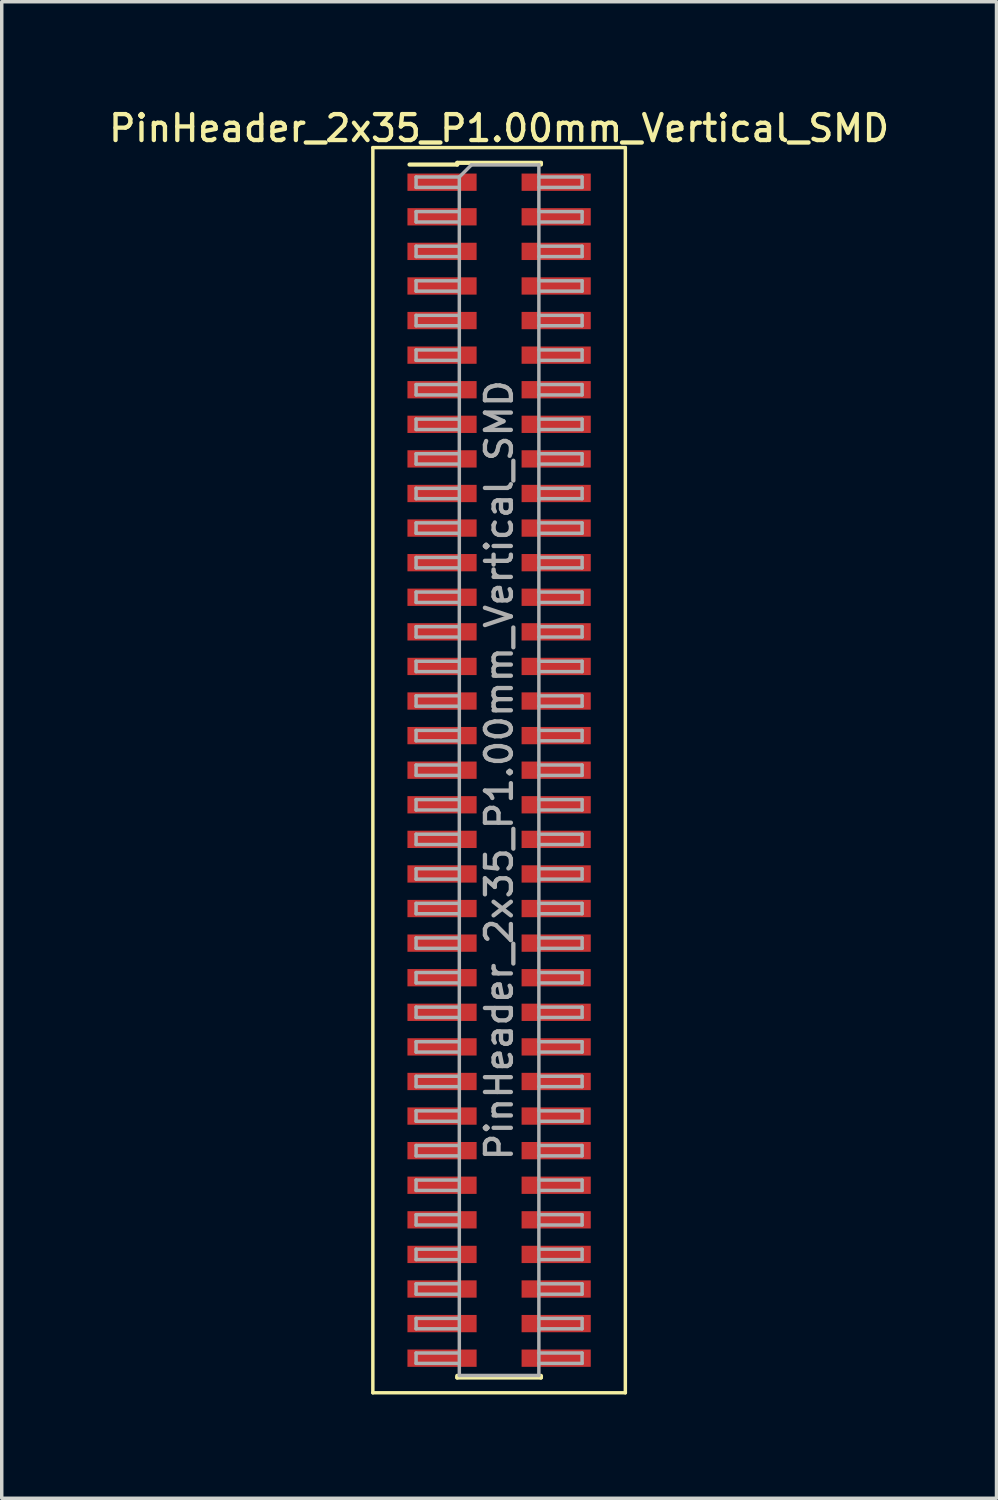
<source format=kicad_pcb>
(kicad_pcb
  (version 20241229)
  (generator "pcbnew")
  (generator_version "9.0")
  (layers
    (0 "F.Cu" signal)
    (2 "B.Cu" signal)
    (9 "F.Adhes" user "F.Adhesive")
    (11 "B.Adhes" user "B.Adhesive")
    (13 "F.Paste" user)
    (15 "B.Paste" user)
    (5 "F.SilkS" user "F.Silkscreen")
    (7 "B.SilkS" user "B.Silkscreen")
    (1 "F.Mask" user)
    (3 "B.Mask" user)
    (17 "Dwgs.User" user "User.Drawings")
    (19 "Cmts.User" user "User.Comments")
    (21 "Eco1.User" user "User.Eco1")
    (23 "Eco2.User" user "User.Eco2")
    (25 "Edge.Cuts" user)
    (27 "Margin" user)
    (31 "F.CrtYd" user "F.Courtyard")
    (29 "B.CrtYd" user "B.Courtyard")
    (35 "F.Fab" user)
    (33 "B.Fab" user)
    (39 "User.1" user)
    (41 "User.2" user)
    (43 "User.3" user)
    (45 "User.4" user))
  (footprint "PinHeader_2x35_P1.00mm_Vertical_SMD"
    (layer "F.Cu")
    (at 11.38 19.218)
    (property "Reference" "PinHeader_2x35_P1.00mm_Vertical_SMD" (at 0 -18.56 0) (layer "F.SilkS") (effects (font (size 0.75 0.75) (thickness 0.125))))
    (attr smd)
    (fp_line (start -3.65 -18) (end -3.65 18) (stroke (width 0.1) (type solid)) (layer "F.SilkS"))
    (fp_line (start -3.65 18) (end 3.65 18) (stroke (width 0.1) (type solid)) (layer "F.SilkS"))
    (fp_line (start -2.59 -17.51) (end -1.21 -17.51) (stroke (width 0.12) (type solid)) (layer "F.SilkS"))
    (fp_line (start -1.21 -17.56) (end -1.21 -17.51) (stroke (width 0.12) (type solid)) (layer "F.SilkS"))
    (fp_line (start -1.21 -17.56) (end 1.21 -17.56) (stroke (width 0.12) (type solid)) (layer "F.SilkS"))
    (fp_line (start -1.21 17.51) (end -1.21 17.56) (stroke (width 0.12) (type solid)) (layer "F.SilkS"))
    (fp_line (start -1.21 17.56) (end 1.21 17.56) (stroke (width 0.12) (type solid)) (layer "F.SilkS"))
    (fp_line (start 1.21 -17.56) (end 1.21 -17.51) (stroke (width 0.12) (type solid)) (layer "F.SilkS"))
    (fp_line (start 1.21 17.51) (end 1.21 17.56) (stroke (width 0.12) (type solid)) (layer "F.SilkS"))
    (fp_line (start 3.65 -18) (end -3.65 -18) (stroke (width 0.1) (type solid)) (layer "F.SilkS"))
    (fp_line (start 3.65 18) (end 3.65 -18) (stroke (width 0.1) (type solid)) (layer "F.SilkS"))
    (fp_line (start -2.4 -17.15) (end -2.4 -16.85) (stroke (width 0.1) (type solid)) (layer "F.Fab"))
    (fp_line (start -2.4 -16.85) (end -1.15 -16.85) (stroke (width 0.1) (type solid)) (layer "F.Fab"))
    (fp_line (start -2.4 -16.15) (end -2.4 -15.85) (stroke (width 0.1) (type solid)) (layer "F.Fab"))
    (fp_line (start -2.4 -15.85) (end -1.15 -15.85) (stroke (width 0.1) (type solid)) (layer "F.Fab"))
    (fp_line (start -2.4 -15.15) (end -2.4 -14.85) (stroke (width 0.1) (type solid)) (layer "F.Fab"))
    (fp_line (start -2.4 -14.85) (end -1.15 -14.85) (stroke (width 0.1) (type solid)) (layer "F.Fab"))
    (fp_line (start -2.4 -14.15) (end -2.4 -13.85) (stroke (width 0.1) (type solid)) (layer "F.Fab"))
    (fp_line (start -2.4 -13.85) (end -1.15 -13.85) (stroke (width 0.1) (type solid)) (layer "F.Fab"))
    (fp_line (start -2.4 -13.15) (end -2.4 -12.85) (stroke (width 0.1) (type solid)) (layer "F.Fab"))
    (fp_line (start -2.4 -12.85) (end -1.15 -12.85) (stroke (width 0.1) (type solid)) (layer "F.Fab"))
    (fp_line (start -2.4 -12.15) (end -2.4 -11.85) (stroke (width 0.1) (type solid)) (layer "F.Fab"))
    (fp_line (start -2.4 -11.85) (end -1.15 -11.85) (stroke (width 0.1) (type solid)) (layer "F.Fab"))
    (fp_line (start -2.4 -11.15) (end -2.4 -10.85) (stroke (width 0.1) (type solid)) (layer "F.Fab"))
    (fp_line (start -2.4 -10.85) (end -1.15 -10.85) (stroke (width 0.1) (type solid)) (layer "F.Fab"))
    (fp_line (start -2.4 -10.15) (end -2.4 -9.85) (stroke (width 0.1) (type solid)) (layer "F.Fab"))
    (fp_line (start -2.4 -9.85) (end -1.15 -9.85) (stroke (width 0.1) (type solid)) (layer "F.Fab"))
    (fp_line (start -2.4 -9.15) (end -2.4 -8.85) (stroke (width 0.1) (type solid)) (layer "F.Fab"))
    (fp_line (start -2.4 -8.85) (end -1.15 -8.85) (stroke (width 0.1) (type solid)) (layer "F.Fab"))
    (fp_line (start -2.4 -8.15) (end -2.4 -7.85) (stroke (width 0.1) (type solid)) (layer "F.Fab"))
    (fp_line (start -2.4 -7.85) (end -1.15 -7.85) (stroke (width 0.1) (type solid)) (layer "F.Fab"))
    (fp_line (start -2.4 -7.15) (end -2.4 -6.85) (stroke (width 0.1) (type solid)) (layer "F.Fab"))
    (fp_line (start -2.4 -6.85) (end -1.15 -6.85) (stroke (width 0.1) (type solid)) (layer "F.Fab"))
    (fp_line (start -2.4 -6.15) (end -2.4 -5.85) (stroke (width 0.1) (type solid)) (layer "F.Fab"))
    (fp_line (start -2.4 -5.85) (end -1.15 -5.85) (stroke (width 0.1) (type solid)) (layer "F.Fab"))
    (fp_line (start -2.4 -5.15) (end -2.4 -4.85) (stroke (width 0.1) (type solid)) (layer "F.Fab"))
    (fp_line (start -2.4 -4.85) (end -1.15 -4.85) (stroke (width 0.1) (type solid)) (layer "F.Fab"))
    (fp_line (start -2.4 -4.15) (end -2.4 -3.85) (stroke (width 0.1) (type solid)) (layer "F.Fab"))
    (fp_line (start -2.4 -3.85) (end -1.15 -3.85) (stroke (width 0.1) (type solid)) (layer "F.Fab"))
    (fp_line (start -2.4 -3.15) (end -2.4 -2.85) (stroke (width 0.1) (type solid)) (layer "F.Fab"))
    (fp_line (start -2.4 -2.85) (end -1.15 -2.85) (stroke (width 0.1) (type solid)) (layer "F.Fab"))
    (fp_line (start -2.4 -2.15) (end -2.4 -1.85) (stroke (width 0.1) (type solid)) (layer "F.Fab"))
    (fp_line (start -2.4 -1.85) (end -1.15 -1.85) (stroke (width 0.1) (type solid)) (layer "F.Fab"))
    (fp_line (start -2.4 -1.15) (end -2.4 -0.85) (stroke (width 0.1) (type solid)) (layer "F.Fab"))
    (fp_line (start -2.4 -0.85) (end -1.15 -0.85) (stroke (width 0.1) (type solid)) (layer "F.Fab"))
    (fp_line (start -2.4 -0.15) (end -2.4 0.15) (stroke (width 0.1) (type solid)) (layer "F.Fab"))
    (fp_line (start -2.4 0.15) (end -1.15 0.15) (stroke (width 0.1) (type solid)) (layer "F.Fab"))
    (fp_line (start -2.4 0.85) (end -2.4 1.15) (stroke (width 0.1) (type solid)) (layer "F.Fab"))
    (fp_line (start -2.4 1.15) (end -1.15 1.15) (stroke (width 0.1) (type solid)) (layer "F.Fab"))
    (fp_line (start -2.4 1.85) (end -2.4 2.15) (stroke (width 0.1) (type solid)) (layer "F.Fab"))
    (fp_line (start -2.4 2.15) (end -1.15 2.15) (stroke (width 0.1) (type solid)) (layer "F.Fab"))
    (fp_line (start -2.4 2.85) (end -2.4 3.15) (stroke (width 0.1) (type solid)) (layer "F.Fab"))
    (fp_line (start -2.4 3.15) (end -1.15 3.15) (stroke (width 0.1) (type solid)) (layer "F.Fab"))
    (fp_line (start -2.4 3.85) (end -2.4 4.15) (stroke (width 0.1) (type solid)) (layer "F.Fab"))
    (fp_line (start -2.4 4.15) (end -1.15 4.15) (stroke (width 0.1) (type solid)) (layer "F.Fab"))
    (fp_line (start -2.4 4.85) (end -2.4 5.15) (stroke (width 0.1) (type solid)) (layer "F.Fab"))
    (fp_line (start -2.4 5.15) (end -1.15 5.15) (stroke (width 0.1) (type solid)) (layer "F.Fab"))
    (fp_line (start -2.4 5.85) (end -2.4 6.15) (stroke (width 0.1) (type solid)) (layer "F.Fab"))
    (fp_line (start -2.4 6.15) (end -1.15 6.15) (stroke (width 0.1) (type solid)) (layer "F.Fab"))
    (fp_line (start -2.4 6.85) (end -2.4 7.15) (stroke (width 0.1) (type solid)) (layer "F.Fab"))
    (fp_line (start -2.4 7.15) (end -1.15 7.15) (stroke (width 0.1) (type solid)) (layer "F.Fab"))
    (fp_line (start -2.4 7.85) (end -2.4 8.15) (stroke (width 0.1) (type solid)) (layer "F.Fab"))
    (fp_line (start -2.4 8.15) (end -1.15 8.15) (stroke (width 0.1) (type solid)) (layer "F.Fab"))
    (fp_line (start -2.4 8.85) (end -2.4 9.15) (stroke (width 0.1) (type solid)) (layer "F.Fab"))
    (fp_line (start -2.4 9.15) (end -1.15 9.15) (stroke (width 0.1) (type solid)) (layer "F.Fab"))
    (fp_line (start -2.4 9.85) (end -2.4 10.15) (stroke (width 0.1) (type solid)) (layer "F.Fab"))
    (fp_line (start -2.4 10.15) (end -1.15 10.15) (stroke (width 0.1) (type solid)) (layer "F.Fab"))
    (fp_line (start -2.4 10.85) (end -2.4 11.15) (stroke (width 0.1) (type solid)) (layer "F.Fab"))
    (fp_line (start -2.4 11.15) (end -1.15 11.15) (stroke (width 0.1) (type solid)) (layer "F.Fab"))
    (fp_line (start -2.4 11.85) (end -2.4 12.15) (stroke (width 0.1) (type solid)) (layer "F.Fab"))
    (fp_line (start -2.4 12.15) (end -1.15 12.15) (stroke (width 0.1) (type solid)) (layer "F.Fab"))
    (fp_line (start -2.4 12.85) (end -2.4 13.15) (stroke (width 0.1) (type solid)) (layer "F.Fab"))
    (fp_line (start -2.4 13.15) (end -1.15 13.15) (stroke (width 0.1) (type solid)) (layer "F.Fab"))
    (fp_line (start -2.4 13.85) (end -2.4 14.15) (stroke (width 0.1) (type solid)) (layer "F.Fab"))
    (fp_line (start -2.4 14.15) (end -1.15 14.15) (stroke (width 0.1) (type solid)) (layer "F.Fab"))
    (fp_line (start -2.4 14.85) (end -2.4 15.15) (stroke (width 0.1) (type solid)) (layer "F.Fab"))
    (fp_line (start -2.4 15.15) (end -1.15 15.15) (stroke (width 0.1) (type solid)) (layer "F.Fab"))
    (fp_line (start -2.4 15.85) (end -2.4 16.15) (stroke (width 0.1) (type solid)) (layer "F.Fab"))
    (fp_line (start -2.4 16.15) (end -1.15 16.15) (stroke (width 0.1) (type solid)) (layer "F.Fab"))
    (fp_line (start -2.4 16.85) (end -2.4 17.15) (stroke (width 0.1) (type solid)) (layer "F.Fab"))
    (fp_line (start -2.4 17.15) (end -1.15 17.15) (stroke (width 0.1) (type solid)) (layer "F.Fab"))
    (fp_line (start -1.15 -17.15) (end -2.4 -17.15) (stroke (width 0.1) (type solid)) (layer "F.Fab"))
    (fp_line (start -1.15 -17.15) (end -0.8 -17.5) (stroke (width 0.1) (type solid)) (layer "F.Fab"))
    (fp_line (start -1.15 -16.15) (end -2.4 -16.15) (stroke (width 0.1) (type solid)) (layer "F.Fab"))
    (fp_line (start -1.15 -15.15) (end -2.4 -15.15) (stroke (width 0.1) (type solid)) (layer "F.Fab"))
    (fp_line (start -1.15 -14.15) (end -2.4 -14.15) (stroke (width 0.1) (type solid)) (layer "F.Fab"))
    (fp_line (start -1.15 -13.15) (end -2.4 -13.15) (stroke (width 0.1) (type solid)) (layer "F.Fab"))
    (fp_line (start -1.15 -12.15) (end -2.4 -12.15) (stroke (width 0.1) (type solid)) (layer "F.Fab"))
    (fp_line (start -1.15 -11.15) (end -2.4 -11.15) (stroke (width 0.1) (type solid)) (layer "F.Fab"))
    (fp_line (start -1.15 -10.15) (end -2.4 -10.15) (stroke (width 0.1) (type solid)) (layer "F.Fab"))
    (fp_line (start -1.15 -9.15) (end -2.4 -9.15) (stroke (width 0.1) (type solid)) (layer "F.Fab"))
    (fp_line (start -1.15 -8.15) (end -2.4 -8.15) (stroke (width 0.1) (type solid)) (layer "F.Fab"))
    (fp_line (start -1.15 -7.15) (end -2.4 -7.15) (stroke (width 0.1) (type solid)) (layer "F.Fab"))
    (fp_line (start -1.15 -6.15) (end -2.4 -6.15) (stroke (width 0.1) (type solid)) (layer "F.Fab"))
    (fp_line (start -1.15 -5.15) (end -2.4 -5.15) (stroke (width 0.1) (type solid)) (layer "F.Fab"))
    (fp_line (start -1.15 -4.15) (end -2.4 -4.15) (stroke (width 0.1) (type solid)) (layer "F.Fab"))
    (fp_line (start -1.15 -3.15) (end -2.4 -3.15) (stroke (width 0.1) (type solid)) (layer "F.Fab"))
    (fp_line (start -1.15 -2.15) (end -2.4 -2.15) (stroke (width 0.1) (type solid)) (layer "F.Fab"))
    (fp_line (start -1.15 -1.15) (end -2.4 -1.15) (stroke (width 0.1) (type solid)) (layer "F.Fab"))
    (fp_line (start -1.15 -0.15) (end -2.4 -0.15) (stroke (width 0.1) (type solid)) (layer "F.Fab"))
    (fp_line (start -1.15 0.85) (end -2.4 0.85) (stroke (width 0.1) (type solid)) (layer "F.Fab"))
    (fp_line (start -1.15 1.85) (end -2.4 1.85) (stroke (width 0.1) (type solid)) (layer "F.Fab"))
    (fp_line (start -1.15 2.85) (end -2.4 2.85) (stroke (width 0.1) (type solid)) (layer "F.Fab"))
    (fp_line (start -1.15 3.85) (end -2.4 3.85) (stroke (width 0.1) (type solid)) (layer "F.Fab"))
    (fp_line (start -1.15 4.85) (end -2.4 4.85) (stroke (width 0.1) (type solid)) (layer "F.Fab"))
    (fp_line (start -1.15 5.85) (end -2.4 5.85) (stroke (width 0.1) (type solid)) (layer "F.Fab"))
    (fp_line (start -1.15 6.85) (end -2.4 6.85) (stroke (width 0.1) (type solid)) (layer "F.Fab"))
    (fp_line (start -1.15 7.85) (end -2.4 7.85) (stroke (width 0.1) (type solid)) (layer "F.Fab"))
    (fp_line (start -1.15 8.85) (end -2.4 8.85) (stroke (width 0.1) (type solid)) (layer "F.Fab"))
    (fp_line (start -1.15 9.85) (end -2.4 9.85) (stroke (width 0.1) (type solid)) (layer "F.Fab"))
    (fp_line (start -1.15 10.85) (end -2.4 10.85) (stroke (width 0.1) (type solid)) (layer "F.Fab"))
    (fp_line (start -1.15 11.85) (end -2.4 11.85) (stroke (width 0.1) (type solid)) (layer "F.Fab"))
    (fp_line (start -1.15 12.85) (end -2.4 12.85) (stroke (width 0.1) (type solid)) (layer "F.Fab"))
    (fp_line (start -1.15 13.85) (end -2.4 13.85) (stroke (width 0.1) (type solid)) (layer "F.Fab"))
    (fp_line (start -1.15 14.85) (end -2.4 14.85) (stroke (width 0.1) (type solid)) (layer "F.Fab"))
    (fp_line (start -1.15 15.85) (end -2.4 15.85) (stroke (width 0.1) (type solid)) (layer "F.Fab"))
    (fp_line (start -1.15 16.85) (end -2.4 16.85) (stroke (width 0.1) (type solid)) (layer "F.Fab"))
    (fp_line (start -1.15 17.5) (end -1.15 -17.15) (stroke (width 0.1) (type solid)) (layer "F.Fab"))
    (fp_line (start -0.8 -17.5) (end 1.15 -17.5) (stroke (width 0.1) (type solid)) (layer "F.Fab"))
    (fp_line (start 1.15 -17.5) (end 1.15 17.5) (stroke (width 0.1) (type solid)) (layer "F.Fab"))
    (fp_line (start 1.15 -17.15) (end 2.4 -17.15) (stroke (width 0.1) (type solid)) (layer "F.Fab"))
    (fp_line (start 1.15 -16.15) (end 2.4 -16.15) (stroke (width 0.1) (type solid)) (layer "F.Fab"))
    (fp_line (start 1.15 -15.15) (end 2.4 -15.15) (stroke (width 0.1) (type solid)) (layer "F.Fab"))
    (fp_line (start 1.15 -14.15) (end 2.4 -14.15) (stroke (width 0.1) (type solid)) (layer "F.Fab"))
    (fp_line (start 1.15 -13.15) (end 2.4 -13.15) (stroke (width 0.1) (type solid)) (layer "F.Fab"))
    (fp_line (start 1.15 -12.15) (end 2.4 -12.15) (stroke (width 0.1) (type solid)) (layer "F.Fab"))
    (fp_line (start 1.15 -11.15) (end 2.4 -11.15) (stroke (width 0.1) (type solid)) (layer "F.Fab"))
    (fp_line (start 1.15 -10.15) (end 2.4 -10.15) (stroke (width 0.1) (type solid)) (layer "F.Fab"))
    (fp_line (start 1.15 -9.15) (end 2.4 -9.15) (stroke (width 0.1) (type solid)) (layer "F.Fab"))
    (fp_line (start 1.15 -8.15) (end 2.4 -8.15) (stroke (width 0.1) (type solid)) (layer "F.Fab"))
    (fp_line (start 1.15 -7.15) (end 2.4 -7.15) (stroke (width 0.1) (type solid)) (layer "F.Fab"))
    (fp_line (start 1.15 -6.15) (end 2.4 -6.15) (stroke (width 0.1) (type solid)) (layer "F.Fab"))
    (fp_line (start 1.15 -5.15) (end 2.4 -5.15) (stroke (width 0.1) (type solid)) (layer "F.Fab"))
    (fp_line (start 1.15 -4.15) (end 2.4 -4.15) (stroke (width 0.1) (type solid)) (layer "F.Fab"))
    (fp_line (start 1.15 -3.15) (end 2.4 -3.15) (stroke (width 0.1) (type solid)) (layer "F.Fab"))
    (fp_line (start 1.15 -2.15) (end 2.4 -2.15) (stroke (width 0.1) (type solid)) (layer "F.Fab"))
    (fp_line (start 1.15 -1.15) (end 2.4 -1.15) (stroke (width 0.1) (type solid)) (layer "F.Fab"))
    (fp_line (start 1.15 -0.15) (end 2.4 -0.15) (stroke (width 0.1) (type solid)) (layer "F.Fab"))
    (fp_line (start 1.15 0.85) (end 2.4 0.85) (stroke (width 0.1) (type solid)) (layer "F.Fab"))
    (fp_line (start 1.15 1.85) (end 2.4 1.85) (stroke (width 0.1) (type solid)) (layer "F.Fab"))
    (fp_line (start 1.15 2.85) (end 2.4 2.85) (stroke (width 0.1) (type solid)) (layer "F.Fab"))
    (fp_line (start 1.15 3.85) (end 2.4 3.85) (stroke (width 0.1) (type solid)) (layer "F.Fab"))
    (fp_line (start 1.15 4.85) (end 2.4 4.85) (stroke (width 0.1) (type solid)) (layer "F.Fab"))
    (fp_line (start 1.15 5.85) (end 2.4 5.85) (stroke (width 0.1) (type solid)) (layer "F.Fab"))
    (fp_line (start 1.15 6.85) (end 2.4 6.85) (stroke (width 0.1) (type solid)) (layer "F.Fab"))
    (fp_line (start 1.15 7.85) (end 2.4 7.85) (stroke (width 0.1) (type solid)) (layer "F.Fab"))
    (fp_line (start 1.15 8.85) (end 2.4 8.85) (stroke (width 0.1) (type solid)) (layer "F.Fab"))
    (fp_line (start 1.15 9.85) (end 2.4 9.85) (stroke (width 0.1) (type solid)) (layer "F.Fab"))
    (fp_line (start 1.15 10.85) (end 2.4 10.85) (stroke (width 0.1) (type solid)) (layer "F.Fab"))
    (fp_line (start 1.15 11.85) (end 2.4 11.85) (stroke (width 0.1) (type solid)) (layer "F.Fab"))
    (fp_line (start 1.15 12.85) (end 2.4 12.85) (stroke (width 0.1) (type solid)) (layer "F.Fab"))
    (fp_line (start 1.15 13.85) (end 2.4 13.85) (stroke (width 0.1) (type solid)) (layer "F.Fab"))
    (fp_line (start 1.15 14.85) (end 2.4 14.85) (stroke (width 0.1) (type solid)) (layer "F.Fab"))
    (fp_line (start 1.15 15.85) (end 2.4 15.85) (stroke (width 0.1) (type solid)) (layer "F.Fab"))
    (fp_line (start 1.15 16.85) (end 2.4 16.85) (stroke (width 0.1) (type solid)) (layer "F.Fab"))
    (fp_line (start 1.15 17.5) (end -1.15 17.5) (stroke (width 0.1) (type solid)) (layer "F.Fab"))
    (fp_line (start 2.4 -17.15) (end 2.4 -16.85) (stroke (width 0.1) (type solid)) (layer "F.Fab"))
    (fp_line (start 2.4 -16.85) (end 1.15 -16.85) (stroke (width 0.1) (type solid)) (layer "F.Fab"))
    (fp_line (start 2.4 -16.15) (end 2.4 -15.85) (stroke (width 0.1) (type solid)) (layer "F.Fab"))
    (fp_line (start 2.4 -15.85) (end 1.15 -15.85) (stroke (width 0.1) (type solid)) (layer "F.Fab"))
    (fp_line (start 2.4 -15.15) (end 2.4 -14.85) (stroke (width 0.1) (type solid)) (layer "F.Fab"))
    (fp_line (start 2.4 -14.85) (end 1.15 -14.85) (stroke (width 0.1) (type solid)) (layer "F.Fab"))
    (fp_line (start 2.4 -14.15) (end 2.4 -13.85) (stroke (width 0.1) (type solid)) (layer "F.Fab"))
    (fp_line (start 2.4 -13.85) (end 1.15 -13.85) (stroke (width 0.1) (type solid)) (layer "F.Fab"))
    (fp_line (start 2.4 -13.15) (end 2.4 -12.85) (stroke (width 0.1) (type solid)) (layer "F.Fab"))
    (fp_line (start 2.4 -12.85) (end 1.15 -12.85) (stroke (width 0.1) (type solid)) (layer "F.Fab"))
    (fp_line (start 2.4 -12.15) (end 2.4 -11.85) (stroke (width 0.1) (type solid)) (layer "F.Fab"))
    (fp_line (start 2.4 -11.85) (end 1.15 -11.85) (stroke (width 0.1) (type solid)) (layer "F.Fab"))
    (fp_line (start 2.4 -11.15) (end 2.4 -10.85) (stroke (width 0.1) (type solid)) (layer "F.Fab"))
    (fp_line (start 2.4 -10.85) (end 1.15 -10.85) (stroke (width 0.1) (type solid)) (layer "F.Fab"))
    (fp_line (start 2.4 -10.15) (end 2.4 -9.85) (stroke (width 0.1) (type solid)) (layer "F.Fab"))
    (fp_line (start 2.4 -9.85) (end 1.15 -9.85) (stroke (width 0.1) (type solid)) (layer "F.Fab"))
    (fp_line (start 2.4 -9.15) (end 2.4 -8.85) (stroke (width 0.1) (type solid)) (layer "F.Fab"))
    (fp_line (start 2.4 -8.85) (end 1.15 -8.85) (stroke (width 0.1) (type solid)) (layer "F.Fab"))
    (fp_line (start 2.4 -8.15) (end 2.4 -7.85) (stroke (width 0.1) (type solid)) (layer "F.Fab"))
    (fp_line (start 2.4 -7.85) (end 1.15 -7.85) (stroke (width 0.1) (type solid)) (layer "F.Fab"))
    (fp_line (start 2.4 -7.15) (end 2.4 -6.85) (stroke (width 0.1) (type solid)) (layer "F.Fab"))
    (fp_line (start 2.4 -6.85) (end 1.15 -6.85) (stroke (width 0.1) (type solid)) (layer "F.Fab"))
    (fp_line (start 2.4 -6.15) (end 2.4 -5.85) (stroke (width 0.1) (type solid)) (layer "F.Fab"))
    (fp_line (start 2.4 -5.85) (end 1.15 -5.85) (stroke (width 0.1) (type solid)) (layer "F.Fab"))
    (fp_line (start 2.4 -5.15) (end 2.4 -4.85) (stroke (width 0.1) (type solid)) (layer "F.Fab"))
    (fp_line (start 2.4 -4.85) (end 1.15 -4.85) (stroke (width 0.1) (type solid)) (layer "F.Fab"))
    (fp_line (start 2.4 -4.15) (end 2.4 -3.85) (stroke (width 0.1) (type solid)) (layer "F.Fab"))
    (fp_line (start 2.4 -3.85) (end 1.15 -3.85) (stroke (width 0.1) (type solid)) (layer "F.Fab"))
    (fp_line (start 2.4 -3.15) (end 2.4 -2.85) (stroke (width 0.1) (type solid)) (layer "F.Fab"))
    (fp_line (start 2.4 -2.85) (end 1.15 -2.85) (stroke (width 0.1) (type solid)) (layer "F.Fab"))
    (fp_line (start 2.4 -2.15) (end 2.4 -1.85) (stroke (width 0.1) (type solid)) (layer "F.Fab"))
    (fp_line (start 2.4 -1.85) (end 1.15 -1.85) (stroke (width 0.1) (type solid)) (layer "F.Fab"))
    (fp_line (start 2.4 -1.15) (end 2.4 -0.85) (stroke (width 0.1) (type solid)) (layer "F.Fab"))
    (fp_line (start 2.4 -0.85) (end 1.15 -0.85) (stroke (width 0.1) (type solid)) (layer "F.Fab"))
    (fp_line (start 2.4 -0.15) (end 2.4 0.15) (stroke (width 0.1) (type solid)) (layer "F.Fab"))
    (fp_line (start 2.4 0.15) (end 1.15 0.15) (stroke (width 0.1) (type solid)) (layer "F.Fab"))
    (fp_line (start 2.4 0.85) (end 2.4 1.15) (stroke (width 0.1) (type solid)) (layer "F.Fab"))
    (fp_line (start 2.4 1.15) (end 1.15 1.15) (stroke (width 0.1) (type solid)) (layer "F.Fab"))
    (fp_line (start 2.4 1.85) (end 2.4 2.15) (stroke (width 0.1) (type solid)) (layer "F.Fab"))
    (fp_line (start 2.4 2.15) (end 1.15 2.15) (stroke (width 0.1) (type solid)) (layer "F.Fab"))
    (fp_line (start 2.4 2.85) (end 2.4 3.15) (stroke (width 0.1) (type solid)) (layer "F.Fab"))
    (fp_line (start 2.4 3.15) (end 1.15 3.15) (stroke (width 0.1) (type solid)) (layer "F.Fab"))
    (fp_line (start 2.4 3.85) (end 2.4 4.15) (stroke (width 0.1) (type solid)) (layer "F.Fab"))
    (fp_line (start 2.4 4.15) (end 1.15 4.15) (stroke (width 0.1) (type solid)) (layer "F.Fab"))
    (fp_line (start 2.4 4.85) (end 2.4 5.15) (stroke (width 0.1) (type solid)) (layer "F.Fab"))
    (fp_line (start 2.4 5.15) (end 1.15 5.15) (stroke (width 0.1) (type solid)) (layer "F.Fab"))
    (fp_line (start 2.4 5.85) (end 2.4 6.15) (stroke (width 0.1) (type solid)) (layer "F.Fab"))
    (fp_line (start 2.4 6.15) (end 1.15 6.15) (stroke (width 0.1) (type solid)) (layer "F.Fab"))
    (fp_line (start 2.4 6.85) (end 2.4 7.15) (stroke (width 0.1) (type solid)) (layer "F.Fab"))
    (fp_line (start 2.4 7.15) (end 1.15 7.15) (stroke (width 0.1) (type solid)) (layer "F.Fab"))
    (fp_line (start 2.4 7.85) (end 2.4 8.15) (stroke (width 0.1) (type solid)) (layer "F.Fab"))
    (fp_line (start 2.4 8.15) (end 1.15 8.15) (stroke (width 0.1) (type solid)) (layer "F.Fab"))
    (fp_line (start 2.4 8.85) (end 2.4 9.15) (stroke (width 0.1) (type solid)) (layer "F.Fab"))
    (fp_line (start 2.4 9.15) (end 1.15 9.15) (stroke (width 0.1) (type solid)) (layer "F.Fab"))
    (fp_line (start 2.4 9.85) (end 2.4 10.15) (stroke (width 0.1) (type solid)) (layer "F.Fab"))
    (fp_line (start 2.4 10.15) (end 1.15 10.15) (stroke (width 0.1) (type solid)) (layer "F.Fab"))
    (fp_line (start 2.4 10.85) (end 2.4 11.15) (stroke (width 0.1) (type solid)) (layer "F.Fab"))
    (fp_line (start 2.4 11.15) (end 1.15 11.15) (stroke (width 0.1) (type solid)) (layer "F.Fab"))
    (fp_line (start 2.4 11.85) (end 2.4 12.15) (stroke (width 0.1) (type solid)) (layer "F.Fab"))
    (fp_line (start 2.4 12.15) (end 1.15 12.15) (stroke (width 0.1) (type solid)) (layer "F.Fab"))
    (fp_line (start 2.4 12.85) (end 2.4 13.15) (stroke (width 0.1) (type solid)) (layer "F.Fab"))
    (fp_line (start 2.4 13.15) (end 1.15 13.15) (stroke (width 0.1) (type solid)) (layer "F.Fab"))
    (fp_line (start 2.4 13.85) (end 2.4 14.15) (stroke (width 0.1) (type solid)) (layer "F.Fab"))
    (fp_line (start 2.4 14.15) (end 1.15 14.15) (stroke (width 0.1) (type solid)) (layer "F.Fab"))
    (fp_line (start 2.4 14.85) (end 2.4 15.15) (stroke (width 0.1) (type solid)) (layer "F.Fab"))
    (fp_line (start 2.4 15.15) (end 1.15 15.15) (stroke (width 0.1) (type solid)) (layer "F.Fab"))
    (fp_line (start 2.4 15.85) (end 2.4 16.15) (stroke (width 0.1) (type solid)) (layer "F.Fab"))
    (fp_line (start 2.4 16.15) (end 1.15 16.15) (stroke (width 0.1) (type solid)) (layer "F.Fab"))
    (fp_line (start 2.4 16.85) (end 2.4 17.15) (stroke (width 0.1) (type solid)) (layer "F.Fab"))
    (fp_line (start 2.4 17.15) (end 1.15 17.15) (stroke (width 0.1) (type solid)) (layer "F.Fab"))
    (fp_text user "${REFERENCE}" (at 0 0 90) (layer "F.Fab") (effects (font (size 0.75 0.75) (thickness 0.125))))
    (pad "1" smd rect (at -1.65 -17) (size 2 0.5) (layers "F.Cu" "F.Mask" "F.Paste"))
    (pad "2" smd rect (at 1.65 -17) (size 2 0.5) (layers "F.Cu" "F.Mask" "F.Paste"))
    (pad "3" smd rect (at -1.65 -16) (size 2 0.5) (layers "F.Cu" "F.Mask" "F.Paste"))
    (pad "4" smd rect (at 1.65 -16) (size 2 0.5) (layers "F.Cu" "F.Mask" "F.Paste"))
    (pad "5" smd rect (at -1.65 -15) (size 2 0.5) (layers "F.Cu" "F.Mask" "F.Paste"))
    (pad "6" smd rect (at 1.65 -15) (size 2 0.5) (layers "F.Cu" "F.Mask" "F.Paste"))
    (pad "7" smd rect (at -1.65 -14) (size 2 0.5) (layers "F.Cu" "F.Mask" "F.Paste"))
    (pad "8" smd rect (at 1.65 -14) (size 2 0.5) (layers "F.Cu" "F.Mask" "F.Paste"))
    (pad "9" smd rect (at -1.65 -13) (size 2 0.5) (layers "F.Cu" "F.Mask" "F.Paste"))
    (pad "10" smd rect (at 1.65 -13) (size 2 0.5) (layers "F.Cu" "F.Mask" "F.Paste"))
    (pad "11" smd rect (at -1.65 -12) (size 2 0.5) (layers "F.Cu" "F.Mask" "F.Paste"))
    (pad "12" smd rect (at 1.65 -12) (size 2 0.5) (layers "F.Cu" "F.Mask" "F.Paste"))
    (pad "13" smd rect (at -1.65 -11) (size 2 0.5) (layers "F.Cu" "F.Mask" "F.Paste"))
    (pad "14" smd rect (at 1.65 -11) (size 2 0.5) (layers "F.Cu" "F.Mask" "F.Paste"))
    (pad "15" smd rect (at -1.65 -10) (size 2 0.5) (layers "F.Cu" "F.Mask" "F.Paste"))
    (pad "16" smd rect (at 1.65 -10) (size 2 0.5) (layers "F.Cu" "F.Mask" "F.Paste"))
    (pad "17" smd rect (at -1.65 -9) (size 2 0.5) (layers "F.Cu" "F.Mask" "F.Paste"))
    (pad "18" smd rect (at 1.65 -9) (size 2 0.5) (layers "F.Cu" "F.Mask" "F.Paste"))
    (pad "19" smd rect (at -1.65 -8) (size 2 0.5) (layers "F.Cu" "F.Mask" "F.Paste"))
    (pad "20" smd rect (at 1.65 -8) (size 2 0.5) (layers "F.Cu" "F.Mask" "F.Paste"))
    (pad "21" smd rect (at -1.65 -7) (size 2 0.5) (layers "F.Cu" "F.Mask" "F.Paste"))
    (pad "22" smd rect (at 1.65 -7) (size 2 0.5) (layers "F.Cu" "F.Mask" "F.Paste"))
    (pad "23" smd rect (at -1.65 -6) (size 2 0.5) (layers "F.Cu" "F.Mask" "F.Paste"))
    (pad "24" smd rect (at 1.65 -6) (size 2 0.5) (layers "F.Cu" "F.Mask" "F.Paste"))
    (pad "25" smd rect (at -1.65 -5) (size 2 0.5) (layers "F.Cu" "F.Mask" "F.Paste"))
    (pad "26" smd rect (at 1.65 -5) (size 2 0.5) (layers "F.Cu" "F.Mask" "F.Paste"))
    (pad "27" smd rect (at -1.65 -4) (size 2 0.5) (layers "F.Cu" "F.Mask" "F.Paste"))
    (pad "28" smd rect (at 1.65 -4) (size 2 0.5) (layers "F.Cu" "F.Mask" "F.Paste"))
    (pad "29" smd rect (at -1.65 -3) (size 2 0.5) (layers "F.Cu" "F.Mask" "F.Paste"))
    (pad "30" smd rect (at 1.65 -3) (size 2 0.5) (layers "F.Cu" "F.Mask" "F.Paste"))
    (pad "31" smd rect (at -1.65 -2) (size 2 0.5) (layers "F.Cu" "F.Mask" "F.Paste"))
    (pad "32" smd rect (at 1.65 -2) (size 2 0.5) (layers "F.Cu" "F.Mask" "F.Paste"))
    (pad "33" smd rect (at -1.65 -1) (size 2 0.5) (layers "F.Cu" "F.Mask" "F.Paste"))
    (pad "34" smd rect (at 1.65 -1) (size 2 0.5) (layers "F.Cu" "F.Mask" "F.Paste"))
    (pad "35" smd rect (at -1.65 0) (size 2 0.5) (layers "F.Cu" "F.Mask" "F.Paste"))
    (pad "36" smd rect (at 1.65 0) (size 2 0.5) (layers "F.Cu" "F.Mask" "F.Paste"))
    (pad "37" smd rect (at -1.65 1) (size 2 0.5) (layers "F.Cu" "F.Mask" "F.Paste"))
    (pad "38" smd rect (at 1.65 1) (size 2 0.5) (layers "F.Cu" "F.Mask" "F.Paste"))
    (pad "39" smd rect (at -1.65 2) (size 2 0.5) (layers "F.Cu" "F.Mask" "F.Paste"))
    (pad "40" smd rect (at 1.65 2) (size 2 0.5) (layers "F.Cu" "F.Mask" "F.Paste"))
    (pad "41" smd rect (at -1.65 3) (size 2 0.5) (layers "F.Cu" "F.Mask" "F.Paste"))
    (pad "42" smd rect (at 1.65 3) (size 2 0.5) (layers "F.Cu" "F.Mask" "F.Paste"))
    (pad "43" smd rect (at -1.65 4) (size 2 0.5) (layers "F.Cu" "F.Mask" "F.Paste"))
    (pad "44" smd rect (at 1.65 4) (size 2 0.5) (layers "F.Cu" "F.Mask" "F.Paste"))
    (pad "45" smd rect (at -1.65 5) (size 2 0.5) (layers "F.Cu" "F.Mask" "F.Paste"))
    (pad "46" smd rect (at 1.65 5) (size 2 0.5) (layers "F.Cu" "F.Mask" "F.Paste"))
    (pad "47" smd rect (at -1.65 6) (size 2 0.5) (layers "F.Cu" "F.Mask" "F.Paste"))
    (pad "48" smd rect (at 1.65 6) (size 2 0.5) (layers "F.Cu" "F.Mask" "F.Paste"))
    (pad "49" smd rect (at -1.65 7) (size 2 0.5) (layers "F.Cu" "F.Mask" "F.Paste"))
    (pad "50" smd rect (at 1.65 7) (size 2 0.5) (layers "F.Cu" "F.Mask" "F.Paste"))
    (pad "51" smd rect (at -1.65 8) (size 2 0.5) (layers "F.Cu" "F.Mask" "F.Paste"))
    (pad "52" smd rect (at 1.65 8) (size 2 0.5) (layers "F.Cu" "F.Mask" "F.Paste"))
    (pad "53" smd rect (at -1.65 9) (size 2 0.5) (layers "F.Cu" "F.Mask" "F.Paste"))
    (pad "54" smd rect (at 1.65 9) (size 2 0.5) (layers "F.Cu" "F.Mask" "F.Paste"))
    (pad "55" smd rect (at -1.65 10) (size 2 0.5) (layers "F.Cu" "F.Mask" "F.Paste"))
    (pad "56" smd rect (at 1.65 10) (size 2 0.5) (layers "F.Cu" "F.Mask" "F.Paste"))
    (pad "57" smd rect (at -1.65 11) (size 2 0.5) (layers "F.Cu" "F.Mask" "F.Paste"))
    (pad "58" smd rect (at 1.65 11) (size 2 0.5) (layers "F.Cu" "F.Mask" "F.Paste"))
    (pad "59" smd rect (at -1.65 12) (size 2 0.5) (layers "F.Cu" "F.Mask" "F.Paste"))
    (pad "60" smd rect (at 1.65 12) (size 2 0.5) (layers "F.Cu" "F.Mask" "F.Paste"))
    (pad "61" smd rect (at -1.65 13) (size 2 0.5) (layers "F.Cu" "F.Mask" "F.Paste"))
    (pad "62" smd rect (at 1.65 13) (size 2 0.5) (layers "F.Cu" "F.Mask" "F.Paste"))
    (pad "63" smd rect (at -1.65 14) (size 2 0.5) (layers "F.Cu" "F.Mask" "F.Paste"))
    (pad "64" smd rect (at 1.65 14) (size 2 0.5) (layers "F.Cu" "F.Mask" "F.Paste"))
    (pad "65" smd rect (at -1.65 15) (size 2 0.5) (layers "F.Cu" "F.Mask" "F.Paste"))
    (pad "66" smd rect (at 1.65 15) (size 2 0.5) (layers "F.Cu" "F.Mask" "F.Paste"))
    (pad "67" smd rect (at -1.65 16) (size 2 0.5) (layers "F.Cu" "F.Mask" "F.Paste"))
    (pad "68" smd rect (at 1.65 16) (size 2 0.5) (layers "F.Cu" "F.Mask" "F.Paste"))
    (pad "69" smd rect (at -1.65 17) (size 2 0.5) (layers "F.Cu" "F.Mask" "F.Paste"))
    (pad "70" smd rect (at 1.65 17) (size 2 0.5) (layers "F.Cu" "F.Mask" "F.Paste")))
  (gr_rect
    (start -3 -3)
    (end 25.761 40.268)
    (stroke (width 0.1) (type default))
    (fill no)
    (layer "Edge.Cuts")))
</source>
